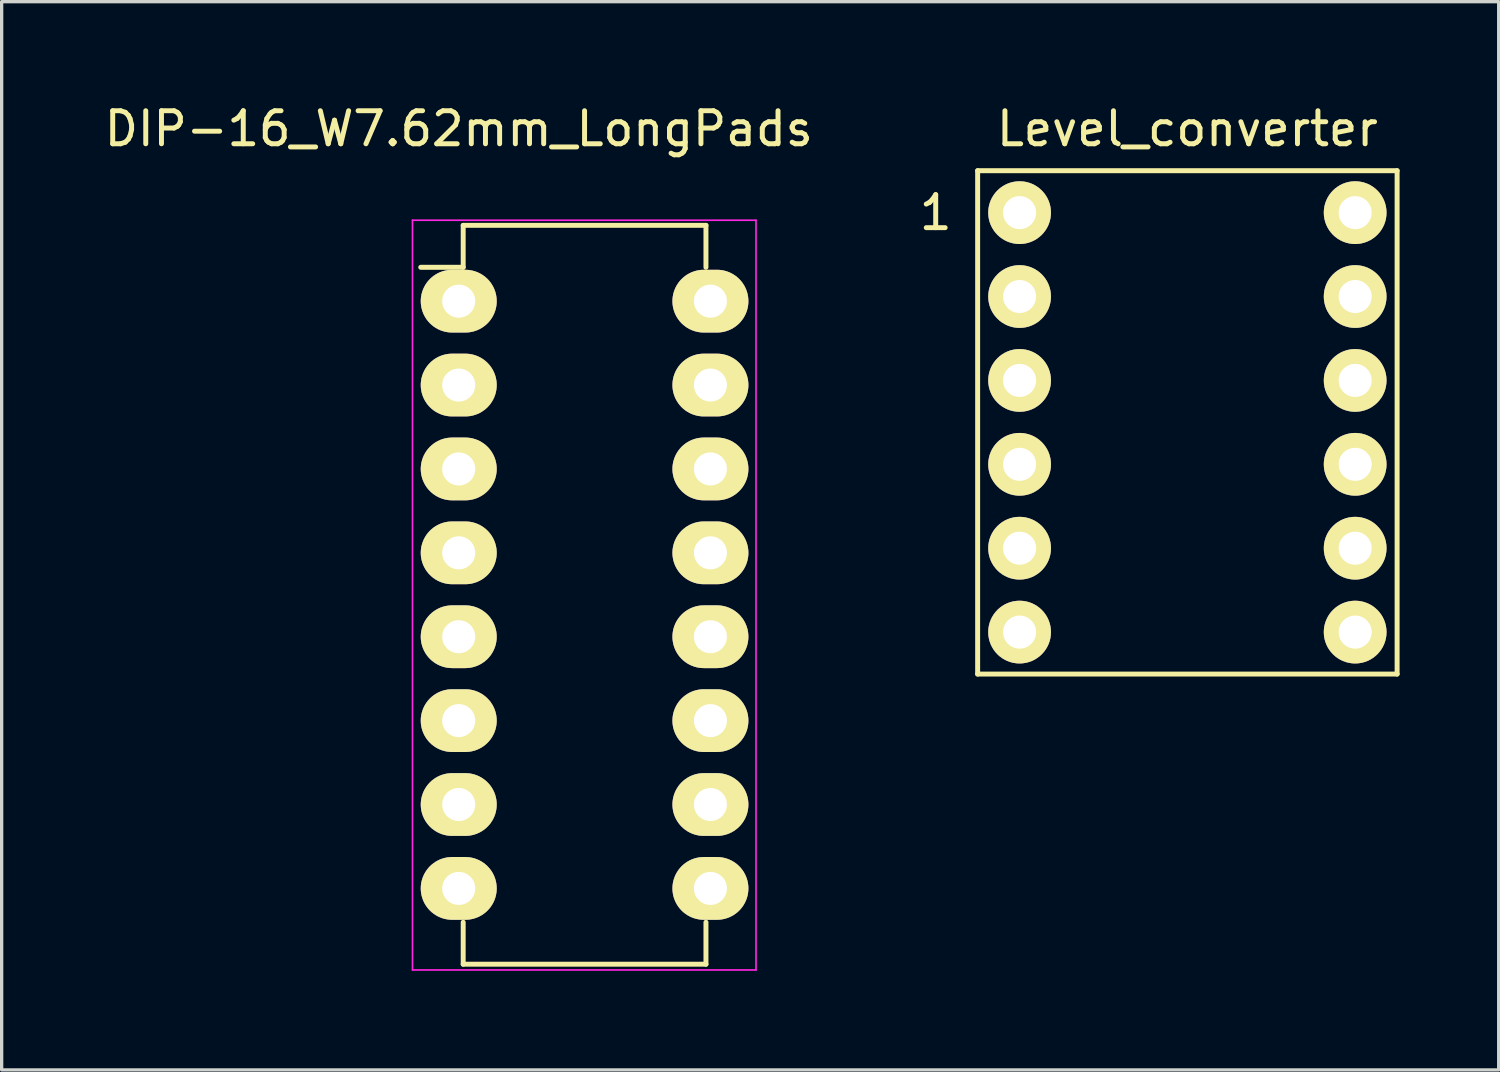
<source format=kicad_pcb>
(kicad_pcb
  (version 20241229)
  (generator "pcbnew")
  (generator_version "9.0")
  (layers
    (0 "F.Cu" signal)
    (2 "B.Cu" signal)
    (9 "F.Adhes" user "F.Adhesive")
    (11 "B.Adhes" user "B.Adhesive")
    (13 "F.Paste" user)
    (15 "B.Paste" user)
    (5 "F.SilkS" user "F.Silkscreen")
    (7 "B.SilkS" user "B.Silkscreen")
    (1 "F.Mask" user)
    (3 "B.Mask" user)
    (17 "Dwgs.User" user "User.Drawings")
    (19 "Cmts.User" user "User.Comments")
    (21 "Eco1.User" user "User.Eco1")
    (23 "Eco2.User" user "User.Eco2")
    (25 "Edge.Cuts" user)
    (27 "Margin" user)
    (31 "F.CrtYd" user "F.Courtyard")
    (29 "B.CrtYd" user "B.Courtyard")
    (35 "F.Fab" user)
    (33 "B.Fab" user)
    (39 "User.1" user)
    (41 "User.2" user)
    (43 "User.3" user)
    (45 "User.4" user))
  (footprint "Level_converter"
    (layer "F.Cu")
    (at 27.82 3.388)
    (property "Reference" "Level_converter" (at 5.08 -2.54 0) (layer "F.SilkS") (effects (font (size 1 1) (thickness 0.15))))
    (attr through_hole)
    (fp_line (start -1.27 -1.27) (end -1.27 13.97) (stroke (width 0.15) (type solid)) (layer "F.SilkS"))
    (fp_line (start -1.27 13.97) (end 11.43 13.97) (stroke (width 0.15) (type solid)) (layer "F.SilkS"))
    (fp_line (start 11.43 -1.27) (end -1.27 -1.27) (stroke (width 0.15) (type solid)) (layer "F.SilkS"))
    (fp_line (start 11.43 13.97) (end 11.43 -1.27) (stroke (width 0.15) (type solid)) (layer "F.SilkS"))
    (fp_text user "1" (at -2.54 0 0) (layer "F.SilkS") (effects (font (size 1 1) (thickness 0.15))))
    (pad "1" thru_hole circle (at 0 0) (size 1.9 1.9) (drill 1) (layers "*.Cu" "*.Mask" "F.SilkS"))
    (pad "2" thru_hole circle (at 0 2.54) (size 1.9 1.9) (drill 1) (layers "*.Cu" "*.Mask" "F.SilkS"))
    (pad "3" thru_hole circle (at 0 5.08) (size 1.9 1.9) (drill 1) (layers "*.Cu" "*.Mask" "F.SilkS"))
    (pad "4" thru_hole circle (at 0 7.62) (size 1.9 1.9) (drill 1) (layers "*.Cu" "*.Mask" "F.SilkS"))
    (pad "5" thru_hole circle (at 0 10.16) (size 1.9 1.9) (drill 1) (layers "*.Cu" "*.Mask" "F.SilkS"))
    (pad "6" thru_hole circle (at 0 12.7) (size 1.9 1.9) (drill 1) (layers "*.Cu" "*.Mask" "F.SilkS"))
    (pad "7" thru_hole circle (at 10.16 12.7) (size 1.9 1.9) (drill 1) (layers "*.Cu" "*.Mask" "F.SilkS"))
    (pad "8" thru_hole circle (at 10.16 10.16) (size 1.9 1.9) (drill 1) (layers "*.Cu" "*.Mask" "F.SilkS"))
    (pad "9" thru_hole circle (at 10.16 7.62) (size 1.9 1.9) (drill 1) (layers "*.Cu" "*.Mask" "F.SilkS"))
    (pad "10" thru_hole circle (at 10.16 5.08) (size 1.9 1.9) (drill 1) (layers "*.Cu" "*.Mask" "F.SilkS"))
    (pad "11" thru_hole circle (at 10.16 2.54) (size 1.9 1.9) (drill 1) (layers "*.Cu" "*.Mask" "F.SilkS"))
    (pad "12" thru_hole circle (at 10.16 0) (size 1.9 1.9) (drill 1) (layers "*.Cu" "*.Mask" "F.SilkS")))
  (footprint "DIP-16_W7.62mm_LongPads"
    (layer "F.Cu")
    (at 10.839 6.068)
    (property "Reference" "DIP-16_W7.62mm_LongPads" (at 0 -5.22 0) (layer "F.SilkS") (effects (font (size 1 1) (thickness 0.15))))
    (attr through_hole)
    (fp_line (start 0.135 -2.295) (end 0.135 -1.025) (stroke (width 0.15) (type solid)) (layer "F.SilkS"))
    (fp_line (start 0.135 -2.295) (end 7.485 -2.295) (stroke (width 0.15) (type solid)) (layer "F.SilkS"))
    (fp_line (start 0.135 -1.025) (end -1.15 -1.025) (stroke (width 0.15) (type solid)) (layer "F.SilkS"))
    (fp_line (start 0.135 20.075) (end 0.135 18.805) (stroke (width 0.15) (type solid)) (layer "F.SilkS"))
    (fp_line (start 0.135 20.075) (end 7.485 20.075) (stroke (width 0.15) (type solid)) (layer "F.SilkS"))
    (fp_line (start 7.485 -2.295) (end 7.485 -1.025) (stroke (width 0.15) (type solid)) (layer "F.SilkS"))
    (fp_line (start 7.485 20.075) (end 7.485 18.805) (stroke (width 0.15) (type solid)) (layer "F.SilkS"))
    (fp_line (start -1.4 -2.45) (end -1.4 20.25) (stroke (width 0.05) (type solid)) (layer "F.CrtYd"))
    (fp_line (start -1.4 -2.45) (end 9 -2.45) (stroke (width 0.05) (type solid)) (layer "F.CrtYd"))
    (fp_line (start -1.4 20.25) (end 9 20.25) (stroke (width 0.05) (type solid)) (layer "F.CrtYd"))
    (fp_line (start 9 -2.45) (end 9 20.25) (stroke (width 0.05) (type solid)) (layer "F.CrtYd"))
    (pad "1" thru_hole oval (at 0 0) (size 2.3 1.9) (drill 1) (layers "*.Cu" "*.Mask" "F.SilkS"))
    (pad "2" thru_hole oval (at 0 2.54) (size 2.3 1.9) (drill 1) (layers "*.Cu" "*.Mask" "F.SilkS"))
    (pad "3" thru_hole oval (at 0 5.08) (size 2.3 1.9) (drill 1) (layers "*.Cu" "*.Mask" "F.SilkS"))
    (pad "4" thru_hole oval (at 0 7.62) (size 2.3 1.9) (drill 1) (layers "*.Cu" "*.Mask" "F.SilkS"))
    (pad "5" thru_hole oval (at 0 10.16) (size 2.3 1.9) (drill 1) (layers "*.Cu" "*.Mask" "F.SilkS"))
    (pad "6" thru_hole oval (at 0 12.7) (size 2.3 1.9) (drill 1) (layers "*.Cu" "*.Mask" "F.SilkS"))
    (pad "7" thru_hole oval (at 0 15.24) (size 2.3 1.9) (drill 1) (layers "*.Cu" "*.Mask" "F.SilkS"))
    (pad "8" thru_hole oval (at 0 17.78) (size 2.3 1.9) (drill 1) (layers "*.Cu" "*.Mask" "F.SilkS"))
    (pad "9" thru_hole oval (at 7.62 17.78) (size 2.3 1.9) (drill 1) (layers "*.Cu" "*.Mask" "F.SilkS"))
    (pad "10" thru_hole oval (at 7.62 15.24) (size 2.3 1.9) (drill 1) (layers "*.Cu" "*.Mask" "F.SilkS"))
    (pad "11" thru_hole oval (at 7.62 12.7) (size 2.3 1.9) (drill 1) (layers "*.Cu" "*.Mask" "F.SilkS"))
    (pad "12" thru_hole oval (at 7.62 10.16) (size 2.3 1.9) (drill 1) (layers "*.Cu" "*.Mask" "F.SilkS"))
    (pad "13" thru_hole oval (at 7.62 7.62) (size 2.3 1.9) (drill 1) (layers "*.Cu" "*.Mask" "F.SilkS"))
    (pad "14" thru_hole oval (at 7.62 5.08) (size 2.3 1.9) (drill 1) (layers "*.Cu" "*.Mask" "F.SilkS"))
    (pad "15" thru_hole oval (at 7.62 2.54) (size 2.3 1.9) (drill 1) (layers "*.Cu" "*.Mask" "F.SilkS"))
    (pad "16" thru_hole oval (at 7.62 0) (size 2.3 1.9) (drill 1) (layers "*.Cu" "*.Mask" "F.SilkS")))
  (gr_rect
    (start -3 -3)
    (end 42.325 29.343)
    (stroke (width 0.1) (type default))
    (fill no)
    (layer "Edge.Cuts")))
</source>
